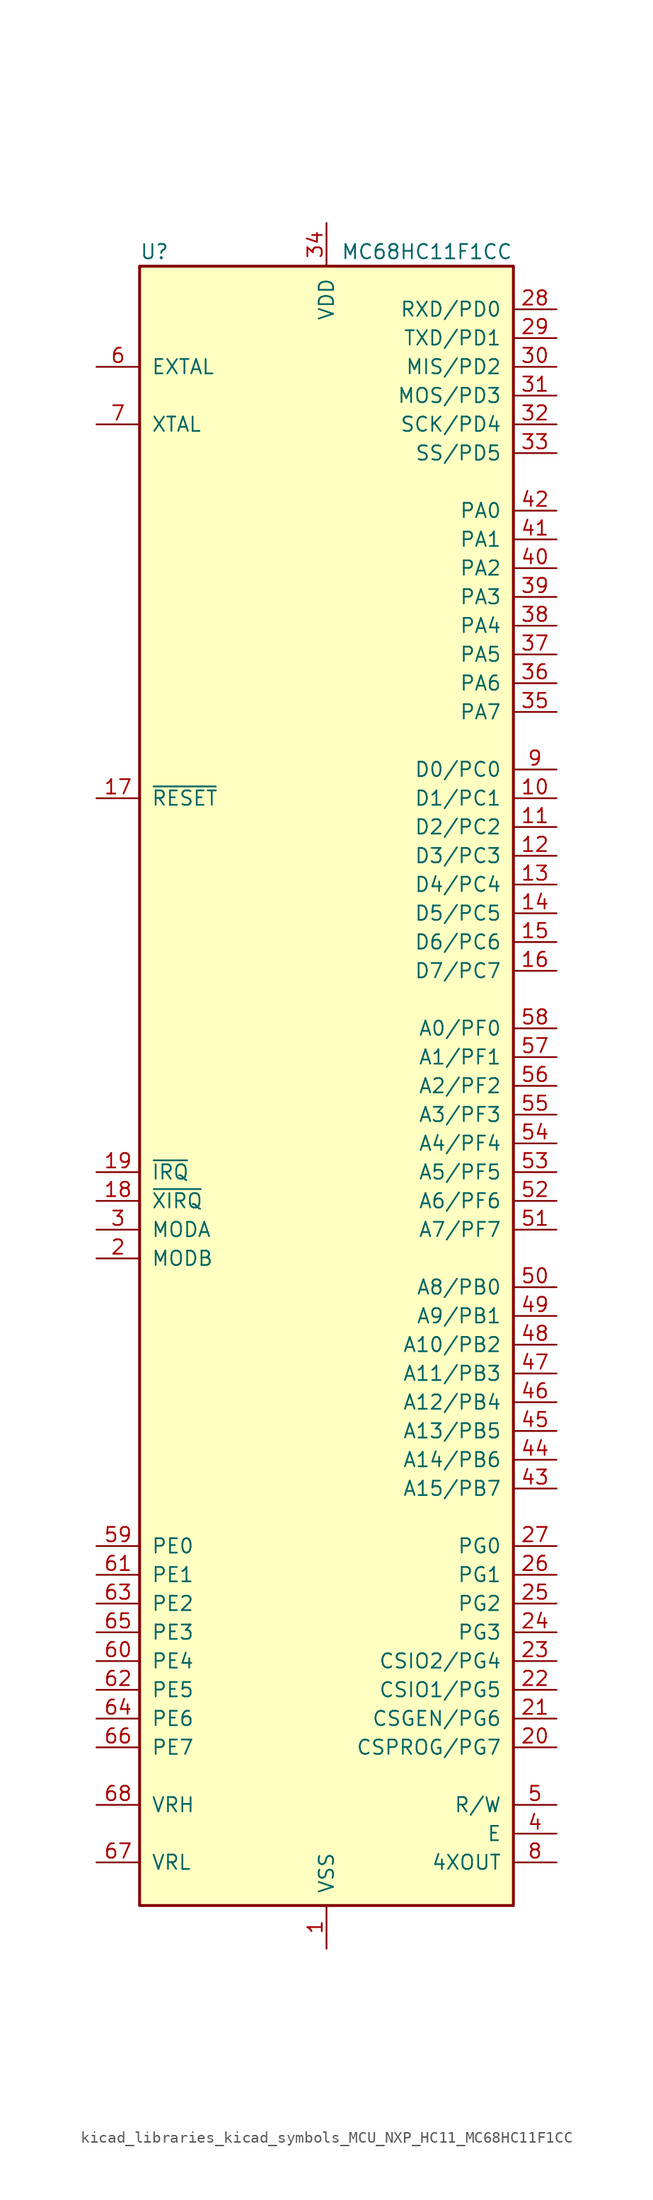
<source format=kicad_sym>
(kicad_symbol_lib
  (version 20220914)
  (generator kicad_symbol_editor)
  (symbol "kicad_libraries_kicad_symbols_MCU_NXP_HC11_MC68HC11F1CC"
    (pin_names
      (offset 1.016))
    (property "Reference" "U"
      (at -16.51 71.12 0)
      (effects (font (size 1.27 1.27)) (justify left)))
    (property "Value" "MC68HC11F1CC"
      (at 1.27 71.12 0)
      (effects (font (size 1.27 1.27)) (justify left)))
    (symbol "kicad_libraries_kicad_symbols_MCU_NXP_HC11_MC68HC11F1CC_0_1"
      (rectangle (start -16.51 69.85) (end 16.51 -74.93) (stroke (width 0.254) (type default)) (fill (type background))))
    (symbol "kicad_libraries_kicad_symbols_MCU_NXP_HC11_MC68HC11F1CC_1_1"
      (pin power_in line (at 0 -78.74 90) (length 3.81) (name "VSS" (effects (font (size 1.27 1.27)))) (number "1" (effects (font (size 1.27 1.27)))))
      (pin bidirectional line (at 20.32 22.86 180) (length 3.81) (name "D1/PC1" (effects (font (size 1.27 1.27)))) (number "10" (effects (font (size 1.27 1.27)))))
      (pin bidirectional line (at 20.32 20.32 180) (length 3.81) (name "D2/PC2" (effects (font (size 1.27 1.27)))) (number "11" (effects (font (size 1.27 1.27)))))
      (pin bidirectional line (at 20.32 17.78 180) (length 3.81) (name "D3/PC3" (effects (font (size 1.27 1.27)))) (number "12" (effects (font (size 1.27 1.27)))))
      (pin bidirectional line (at 20.32 15.24 180) (length 3.81) (name "D4/PC4" (effects (font (size 1.27 1.27)))) (number "13" (effects (font (size 1.27 1.27)))))
      (pin bidirectional line (at 20.32 12.7 180) (length 3.81) (name "D5/PC5" (effects (font (size 1.27 1.27)))) (number "14" (effects (font (size 1.27 1.27)))))
      (pin bidirectional line (at 20.32 10.16 180) (length 3.81) (name "D6/PC6" (effects (font (size 1.27 1.27)))) (number "15" (effects (font (size 1.27 1.27)))))
      (pin bidirectional line (at 20.32 7.62 180) (length 3.81) (name "D7/PC7" (effects (font (size 1.27 1.27)))) (number "16" (effects (font (size 1.27 1.27)))))
      (pin input line (at -20.32 22.86 0) (length 3.81) (name "~{RESET}" (effects (font (size 1.27 1.27)))) (number "17" (effects (font (size 1.27 1.27)))))
      (pin input line (at -20.32 -12.7 0) (length 3.81) (name "~{XIRQ}" (effects (font (size 1.27 1.27)))) (number "18" (effects (font (size 1.27 1.27)))))
      (pin input line (at -20.32 -10.16 0) (length 3.81) (name "~{IRQ}" (effects (font (size 1.27 1.27)))) (number "19" (effects (font (size 1.27 1.27)))))
      (pin input line (at -20.32 -17.78 0) (length 3.81) (name "MODB" (effects (font (size 1.27 1.27)))) (number "2" (effects (font (size 1.27 1.27)))))
      (pin bidirectional line (at 20.32 -60.96 180) (length 3.81) (name "CSPROG/PG7" (effects (font (size 1.27 1.27)))) (number "20" (effects (font (size 1.27 1.27)))))
      (pin bidirectional line (at 20.32 -58.42 180) (length 3.81) (name "CSGEN/PG6" (effects (font (size 1.27 1.27)))) (number "21" (effects (font (size 1.27 1.27)))))
      (pin bidirectional line (at 20.32 -55.88 180) (length 3.81) (name "CSIO1/PG5" (effects (font (size 1.27 1.27)))) (number "22" (effects (font (size 1.27 1.27)))))
      (pin bidirectional line (at 20.32 -53.34 180) (length 3.81) (name "CSIO2/PG4" (effects (font (size 1.27 1.27)))) (number "23" (effects (font (size 1.27 1.27)))))
      (pin bidirectional line (at 20.32 -50.8 180) (length 3.81) (name "PG3" (effects (font (size 1.27 1.27)))) (number "24" (effects (font (size 1.27 1.27)))))
      (pin bidirectional line (at 20.32 -48.26 180) (length 3.81) (name "PG2" (effects (font (size 1.27 1.27)))) (number "25" (effects (font (size 1.27 1.27)))))
      (pin bidirectional line (at 20.32 -45.72 180) (length 3.81) (name "PG1" (effects (font (size 1.27 1.27)))) (number "26" (effects (font (size 1.27 1.27)))))
      (pin bidirectional line (at 20.32 -43.18 180) (length 3.81) (name "PG0" (effects (font (size 1.27 1.27)))) (number "27" (effects (font (size 1.27 1.27)))))
      (pin bidirectional line (at 20.32 66.04 180) (length 3.81) (name "RXD/PD0" (effects (font (size 1.27 1.27)))) (number "28" (effects (font (size 1.27 1.27)))))
      (pin bidirectional line (at 20.32 63.5 180) (length 3.81) (name "TXD/PD1" (effects (font (size 1.27 1.27)))) (number "29" (effects (font (size 1.27 1.27)))))
      (pin bidirectional line (at -20.32 -15.24 0) (length 3.81) (name "MODA" (effects (font (size 1.27 1.27)))) (number "3" (effects (font (size 1.27 1.27)))))
      (pin bidirectional line (at 20.32 60.96 180) (length 3.81) (name "MIS/PD2" (effects (font (size 1.27 1.27)))) (number "30" (effects (font (size 1.27 1.27)))))
      (pin bidirectional line (at 20.32 58.42 180) (length 3.81) (name "MOS/PD3" (effects (font (size 1.27 1.27)))) (number "31" (effects (font (size 1.27 1.27)))))
      (pin bidirectional line (at 20.32 55.88 180) (length 3.81) (name "SCK/PD4" (effects (font (size 1.27 1.27)))) (number "32" (effects (font (size 1.27 1.27)))))
      (pin bidirectional line (at 20.32 53.34 180) (length 3.81) (name "SS/PD5" (effects (font (size 1.27 1.27)))) (number "33" (effects (font (size 1.27 1.27)))))
      (pin power_in line (at 0 73.66 270) (length 3.81) (name "VDD" (effects (font (size 1.27 1.27)))) (number "34" (effects (font (size 1.27 1.27)))))
      (pin bidirectional line (at 20.32 30.48 180) (length 3.81) (name "PA7" (effects (font (size 1.27 1.27)))) (number "35" (effects (font (size 1.27 1.27)))))
      (pin bidirectional line (at 20.32 33.02 180) (length 3.81) (name "PA6" (effects (font (size 1.27 1.27)))) (number "36" (effects (font (size 1.27 1.27)))))
      (pin bidirectional line (at 20.32 35.56 180) (length 3.81) (name "PA5" (effects (font (size 1.27 1.27)))) (number "37" (effects (font (size 1.27 1.27)))))
      (pin bidirectional line (at 20.32 38.1 180) (length 3.81) (name "PA4" (effects (font (size 1.27 1.27)))) (number "38" (effects (font (size 1.27 1.27)))))
      (pin bidirectional line (at 20.32 40.64 180) (length 3.81) (name "PA3" (effects (font (size 1.27 1.27)))) (number "39" (effects (font (size 1.27 1.27)))))
      (pin output line (at 20.32 -68.58 180) (length 3.81) (name "E" (effects (font (size 1.27 1.27)))) (number "4" (effects (font (size 1.27 1.27)))))
      (pin bidirectional line (at 20.32 43.18 180) (length 3.81) (name "PA2" (effects (font (size 1.27 1.27)))) (number "40" (effects (font (size 1.27 1.27)))))
      (pin bidirectional line (at 20.32 45.72 180) (length 3.81) (name "PA1" (effects (font (size 1.27 1.27)))) (number "41" (effects (font (size 1.27 1.27)))))
      (pin bidirectional line (at 20.32 48.26 180) (length 3.81) (name "PA0" (effects (font (size 1.27 1.27)))) (number "42" (effects (font (size 1.27 1.27)))))
      (pin output line (at 20.32 -38.1 180) (length 3.81) (name "A15/PB7" (effects (font (size 1.27 1.27)))) (number "43" (effects (font (size 1.27 1.27)))))
      (pin output line (at 20.32 -35.56 180) (length 3.81) (name "A14/PB6" (effects (font (size 1.27 1.27)))) (number "44" (effects (font (size 1.27 1.27)))))
      (pin output line (at 20.32 -33.02 180) (length 3.81) (name "A13/PB5" (effects (font (size 1.27 1.27)))) (number "45" (effects (font (size 1.27 1.27)))))
      (pin output line (at 20.32 -30.48 180) (length 3.81) (name "A12/PB4" (effects (font (size 1.27 1.27)))) (number "46" (effects (font (size 1.27 1.27)))))
      (pin output line (at 20.32 -27.94 180) (length 3.81) (name "A11/PB3" (effects (font (size 1.27 1.27)))) (number "47" (effects (font (size 1.27 1.27)))))
      (pin output line (at 20.32 -25.4 180) (length 3.81) (name "A10/PB2" (effects (font (size 1.27 1.27)))) (number "48" (effects (font (size 1.27 1.27)))))
      (pin output line (at 20.32 -22.86 180) (length 3.81) (name "A9/PB1" (effects (font (size 1.27 1.27)))) (number "49" (effects (font (size 1.27 1.27)))))
      (pin output line (at 20.32 -66.04 180) (length 3.81) (name "R/W" (effects (font (size 1.27 1.27)))) (number "5" (effects (font (size 1.27 1.27)))))
      (pin output line (at 20.32 -20.32 180) (length 3.81) (name "A8/PB0" (effects (font (size 1.27 1.27)))) (number "50" (effects (font (size 1.27 1.27)))))
      (pin output line (at 20.32 -15.24 180) (length 3.81) (name "A7/PF7" (effects (font (size 1.27 1.27)))) (number "51" (effects (font (size 1.27 1.27)))))
      (pin output line (at 20.32 -12.7 180) (length 3.81) (name "A6/PF6" (effects (font (size 1.27 1.27)))) (number "52" (effects (font (size 1.27 1.27)))))
      (pin output line (at 20.32 -10.16 180) (length 3.81) (name "A5/PF5" (effects (font (size 1.27 1.27)))) (number "53" (effects (font (size 1.27 1.27)))))
      (pin output line (at 20.32 -7.62 180) (length 3.81) (name "A4/PF4" (effects (font (size 1.27 1.27)))) (number "54" (effects (font (size 1.27 1.27)))))
      (pin output line (at 20.32 -5.08 180) (length 3.81) (name "A3/PF3" (effects (font (size 1.27 1.27)))) (number "55" (effects (font (size 1.27 1.27)))))
      (pin output line (at 20.32 -2.54 180) (length 3.81) (name "A2/PF2" (effects (font (size 1.27 1.27)))) (number "56" (effects (font (size 1.27 1.27)))))
      (pin output line (at 20.32 0 180) (length 3.81) (name "A1/PF1" (effects (font (size 1.27 1.27)))) (number "57" (effects (font (size 1.27 1.27)))))
      (pin output line (at 20.32 2.54 180) (length 3.81) (name "A0/PF0" (effects (font (size 1.27 1.27)))) (number "58" (effects (font (size 1.27 1.27)))))
      (pin input line (at -20.32 -43.18 0) (length 3.81) (name "PE0" (effects (font (size 1.27 1.27)))) (number "59" (effects (font (size 1.27 1.27)))))
      (pin output line (at -20.32 60.96 0) (length 3.81) (name "EXTAL" (effects (font (size 1.27 1.27)))) (number "6" (effects (font (size 1.27 1.27)))))
      (pin input line (at -20.32 -53.34 0) (length 3.81) (name "PE4" (effects (font (size 1.27 1.27)))) (number "60" (effects (font (size 1.27 1.27)))))
      (pin input line (at -20.32 -45.72 0) (length 3.81) (name "PE1" (effects (font (size 1.27 1.27)))) (number "61" (effects (font (size 1.27 1.27)))))
      (pin input line (at -20.32 -55.88 0) (length 3.81) (name "PE5" (effects (font (size 1.27 1.27)))) (number "62" (effects (font (size 1.27 1.27)))))
      (pin input line (at -20.32 -48.26 0) (length 3.81) (name "PE2" (effects (font (size 1.27 1.27)))) (number "63" (effects (font (size 1.27 1.27)))))
      (pin input line (at -20.32 -58.42 0) (length 3.81) (name "PE6" (effects (font (size 1.27 1.27)))) (number "64" (effects (font (size 1.27 1.27)))))
      (pin input line (at -20.32 -50.8 0) (length 3.81) (name "PE3" (effects (font (size 1.27 1.27)))) (number "65" (effects (font (size 1.27 1.27)))))
      (pin input line (at -20.32 -60.96 0) (length 3.81) (name "PE7" (effects (font (size 1.27 1.27)))) (number "66" (effects (font (size 1.27 1.27)))))
      (pin input line (at -20.32 -71.12 0) (length 3.81) (name "VRL" (effects (font (size 1.27 1.27)))) (number "67" (effects (font (size 1.27 1.27)))))
      (pin input line (at -20.32 -66.04 0) (length 3.81) (name "VRH" (effects (font (size 1.27 1.27)))) (number "68" (effects (font (size 1.27 1.27)))))
      (pin input line (at -20.32 55.88 0) (length 3.81) (name "XTAL" (effects (font (size 1.27 1.27)))) (number "7" (effects (font (size 1.27 1.27)))))
      (pin output line (at 20.32 -71.12 180) (length 3.81) (name "4XOUT" (effects (font (size 1.27 1.27)))) (number "8" (effects (font (size 1.27 1.27)))))
      (pin bidirectional line (at 20.32 25.4 180) (length 3.81) (name "D0/PC0" (effects (font (size 1.27 1.27)))) (number "9" (effects (font (size 1.27 1.27))))))))
</source>
